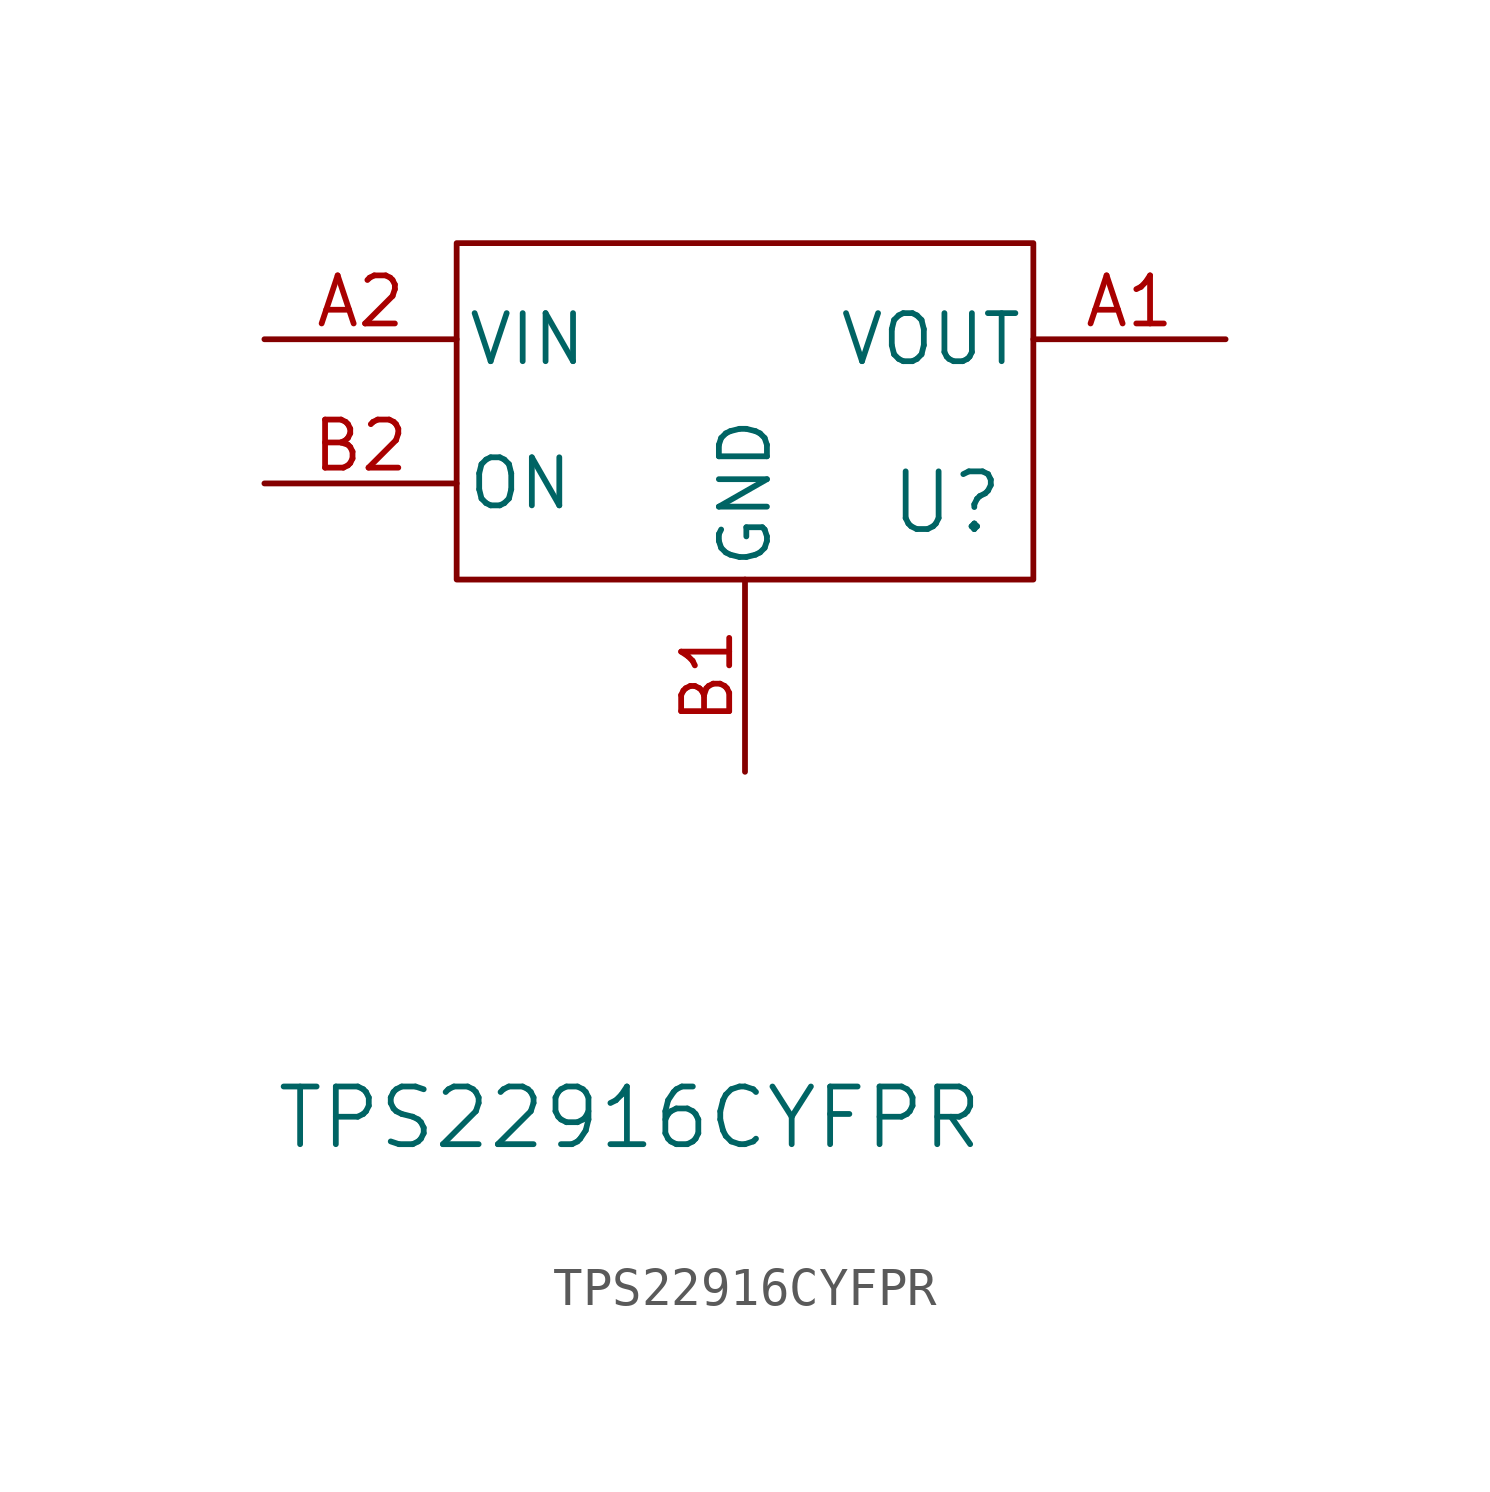
<source format=kicad_sym>
(kicad_symbol_lib
  (version 20241209)
  (generator "kicad_symbol_editor")
  (generator_version "9.0")
  (symbol "TPS22916CYFPR"
    (pin_names
      (offset 0.254))
    (property "Reference" "U"
      (at 5.334 -1.778 0)
      (effects (font (size 1.524 1.524))))
    (property "Value" "TPS22916CYFPR"
      (at -3.048 -18.034 0)
      (effects (font (size 1.524 1.524))))
    (property "ki_locked" ""
      (at 0 0 0)
      (effects (font (size 1.27 1.27))))
    (symbol "TPS22916CYFPR_0_1"
      (pin power_in line (at -12.7 2.54 0) (length 5.08) (name "VIN" (effects (font (size 1.27 1.27)))) (number "A2" (effects (font (size 1.27 1.27)))))
      (pin input line (at -12.7 -1.27 0) (length 5.08) (name "ON" (effects (font (size 1.27 1.27)))) (number "B2" (effects (font (size 1.27 1.27)))))
      (pin power_in line (at 0 -8.89 90) (length 5.08) (name "GND" (effects (font (size 1.27 1.27)))) (number "B1" (effects (font (size 1.27 1.27)))))
      (pin power_in line (at 12.7 2.54 180) (length 5.08) (name "VOUT" (effects (font (size 1.27 1.27)))) (number "A1" (effects (font (size 1.27 1.27))))))
    (symbol "TPS22916CYFPR_1_1"
      (rectangle (start -7.62 5.08) (end 7.62 -3.81) (stroke (width 0) (type default)) (fill (type none))))))
</source>
